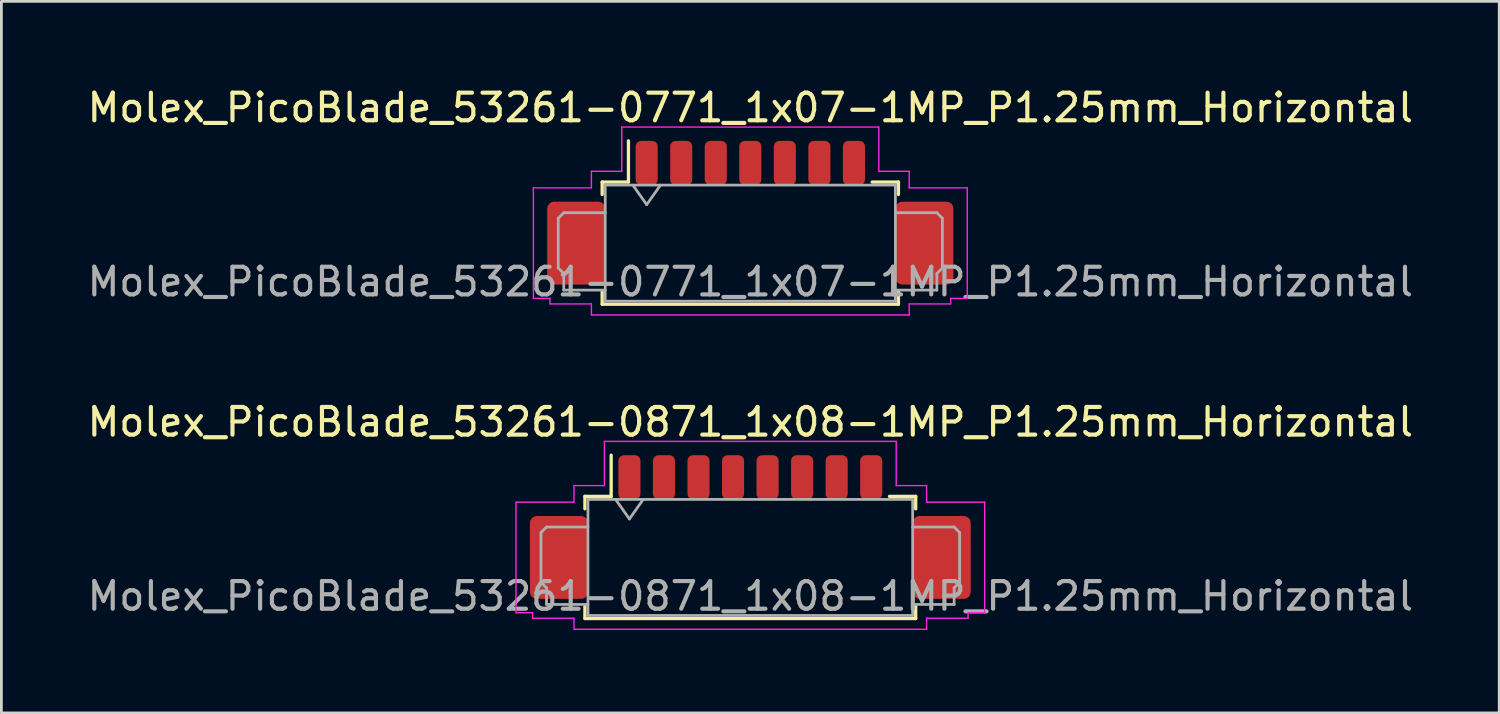
<source format=kicad_pcb>
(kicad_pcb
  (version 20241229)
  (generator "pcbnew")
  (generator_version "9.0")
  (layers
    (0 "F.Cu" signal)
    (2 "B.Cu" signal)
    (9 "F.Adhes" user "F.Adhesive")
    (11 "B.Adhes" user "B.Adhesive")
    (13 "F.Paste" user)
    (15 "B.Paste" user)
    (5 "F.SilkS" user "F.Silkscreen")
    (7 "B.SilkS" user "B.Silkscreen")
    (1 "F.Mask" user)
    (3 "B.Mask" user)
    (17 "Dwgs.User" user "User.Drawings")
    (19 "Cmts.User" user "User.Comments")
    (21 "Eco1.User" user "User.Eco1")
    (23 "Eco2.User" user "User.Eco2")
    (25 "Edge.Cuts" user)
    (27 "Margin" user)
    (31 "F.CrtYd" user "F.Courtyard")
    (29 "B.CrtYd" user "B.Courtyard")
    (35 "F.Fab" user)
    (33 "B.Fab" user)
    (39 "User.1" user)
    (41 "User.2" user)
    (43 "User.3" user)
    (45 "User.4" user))
  (footprint "Molex_PicoBlade_53261-0871_1x08-1MP_P1.25mm_Horizontal"
    (layer "F.Cu")
    (at 24.101 16.622)
    (property "Reference" "Molex_PicoBlade_53261-0871_1x08-1MP_P1.25mm_Horizontal" (at 0 -4.4 0) (layer "F.SilkS") (effects (font (size 1 1) (thickness 0.15))))
    (attr smd)
    (fp_line (start -5.985 -1.71) (end -5.035 -1.71) (stroke (width 0.12) (type solid)) (layer "F.SilkS"))
    (fp_line (start -5.985 -1.26) (end -5.985 -1.71) (stroke (width 0.12) (type solid)) (layer "F.SilkS"))
    (fp_line (start -5.985 2.26) (end -5.985 2.71) (stroke (width 0.12) (type solid)) (layer "F.SilkS"))
    (fp_line (start -5.985 2.71) (end 5.985 2.71) (stroke (width 0.12) (type solid)) (layer "F.SilkS"))
    (fp_line (start -5.035 -1.71) (end -5.035 -3.2) (stroke (width 0.12) (type solid)) (layer "F.SilkS"))
    (fp_line (start 5.985 -1.71) (end 5.035 -1.71) (stroke (width 0.12) (type solid)) (layer "F.SilkS"))
    (fp_line (start 5.985 -1.26) (end 5.985 -1.71) (stroke (width 0.12) (type solid)) (layer "F.SilkS"))
    (fp_line (start 5.985 2.71) (end 5.985 2.26) (stroke (width 0.12) (type solid)) (layer "F.SilkS"))
    (fp_line (start -8.48 -1.5) (end -6.38 -1.5) (stroke (width 0.05) (type solid)) (layer "F.CrtYd"))
    (fp_line (start -8.48 2.5) (end -8.48 -1.5) (stroke (width 0.05) (type solid)) (layer "F.CrtYd"))
    (fp_line (start -7.88 2.5) (end -8.48 2.5) (stroke (width 0.05) (type solid)) (layer "F.CrtYd"))
    (fp_line (start -7.88 2.7) (end -7.88 2.5) (stroke (width 0.05) (type solid)) (layer "F.CrtYd"))
    (fp_line (start -6.38 -2.1) (end -5.28 -2.1) (stroke (width 0.05) (type solid)) (layer "F.CrtYd"))
    (fp_line (start -6.38 -1.5) (end -6.38 -2.1) (stroke (width 0.05) (type solid)) (layer "F.CrtYd"))
    (fp_line (start -6.38 2.7) (end -7.88 2.7) (stroke (width 0.05) (type solid)) (layer "F.CrtYd"))
    (fp_line (start -6.38 3.1) (end -6.38 2.7) (stroke (width 0.05) (type solid)) (layer "F.CrtYd"))
    (fp_line (start -5.28 -3.7) (end 5.28 -3.7) (stroke (width 0.05) (type solid)) (layer "F.CrtYd"))
    (fp_line (start -5.28 -2.1) (end -5.28 -3.7) (stroke (width 0.05) (type solid)) (layer "F.CrtYd"))
    (fp_line (start 5.28 -3.7) (end 5.28 -2.1) (stroke (width 0.05) (type solid)) (layer "F.CrtYd"))
    (fp_line (start 5.28 -2.1) (end 6.38 -2.1) (stroke (width 0.05) (type solid)) (layer "F.CrtYd"))
    (fp_line (start 6.38 -2.1) (end 6.38 -1.5) (stroke (width 0.05) (type solid)) (layer "F.CrtYd"))
    (fp_line (start 6.38 -1.5) (end 8.48 -1.5) (stroke (width 0.05) (type solid)) (layer "F.CrtYd"))
    (fp_line (start 6.38 2.7) (end 6.38 3.1) (stroke (width 0.05) (type solid)) (layer "F.CrtYd"))
    (fp_line (start 6.38 3.1) (end -6.38 3.1) (stroke (width 0.05) (type solid)) (layer "F.CrtYd"))
    (fp_line (start 7.88 2.5) (end 7.88 2.7) (stroke (width 0.05) (type solid)) (layer "F.CrtYd"))
    (fp_line (start 7.88 2.7) (end 6.38 2.7) (stroke (width 0.05) (type solid)) (layer "F.CrtYd"))
    (fp_line (start 8.48 -1.5) (end 8.48 2.5) (stroke (width 0.05) (type solid)) (layer "F.CrtYd"))
    (fp_line (start 8.48 2.5) (end 7.88 2.5) (stroke (width 0.05) (type solid)) (layer "F.CrtYd"))
    (fp_line (start -7.575 -0.4) (end -7.575 1.4) (stroke (width 0.1) (type solid)) (layer "F.Fab"))
    (fp_line (start -7.575 1.4) (end -7.375 1.6) (stroke (width 0.1) (type solid)) (layer "F.Fab"))
    (fp_line (start -7.375 -0.6) (end -7.575 -0.4) (stroke (width 0.1) (type solid)) (layer "F.Fab"))
    (fp_line (start -7.375 1.6) (end -7.375 2.2) (stroke (width 0.1) (type solid)) (layer "F.Fab"))
    (fp_line (start -7.375 2.2) (end -5.875 2.2) (stroke (width 0.1) (type solid)) (layer "F.Fab"))
    (fp_line (start -5.875 -1.6) (end -5.875 2.6) (stroke (width 0.1) (type solid)) (layer "F.Fab"))
    (fp_line (start -5.875 -1.6) (end 5.875 -1.6) (stroke (width 0.1) (type solid)) (layer "F.Fab"))
    (fp_line (start -5.875 -0.6) (end -7.375 -0.6) (stroke (width 0.1) (type solid)) (layer "F.Fab"))
    (fp_line (start -5.875 2.6) (end 5.875 2.6) (stroke (width 0.1) (type solid)) (layer "F.Fab"))
    (fp_line (start -4.875 -1.6) (end -4.375 -0.893) (stroke (width 0.1) (type solid)) (layer "F.Fab"))
    (fp_line (start -4.375 -0.893) (end -3.875 -1.6) (stroke (width 0.1) (type solid)) (layer "F.Fab"))
    (fp_line (start 5.875 -1.6) (end 5.875 2.6) (stroke (width 0.1) (type solid)) (layer "F.Fab"))
    (fp_line (start 5.875 -0.6) (end 7.375 -0.6) (stroke (width 0.1) (type solid)) (layer "F.Fab"))
    (fp_line (start 7.375 -0.6) (end 7.575 -0.4) (stroke (width 0.1) (type solid)) (layer "F.Fab"))
    (fp_line (start 7.375 1.6) (end 7.375 2.2) (stroke (width 0.1) (type solid)) (layer "F.Fab"))
    (fp_line (start 7.375 2.2) (end 5.875 2.2) (stroke (width 0.1) (type solid)) (layer "F.Fab"))
    (fp_line (start 7.575 -0.4) (end 7.575 1.4) (stroke (width 0.1) (type solid)) (layer "F.Fab"))
    (fp_line (start 7.575 1.4) (end 7.375 1.6) (stroke (width 0.1) (type solid)) (layer "F.Fab"))
    (fp_text user "${REFERENCE}" (at 0 1.9 0) (layer "F.Fab") (effects (font (size 1 1) (thickness 0.15))))
    (pad "1" smd roundrect (at -4.375 -2.4) (size 0.8 1.6) (layers "F.Cu" "F.Mask" "F.Paste") (roundrect_rratio 0.25))
    (pad "2" smd roundrect (at -3.125 -2.4) (size 0.8 1.6) (layers "F.Cu" "F.Mask" "F.Paste") (roundrect_rratio 0.25))
    (pad "3" smd roundrect (at -1.875 -2.4) (size 0.8 1.6) (layers "F.Cu" "F.Mask" "F.Paste") (roundrect_rratio 0.25))
    (pad "4" smd roundrect (at -0.625 -2.4) (size 0.8 1.6) (layers "F.Cu" "F.Mask" "F.Paste") (roundrect_rratio 0.25))
    (pad "5" smd roundrect (at 0.625 -2.4) (size 0.8 1.6) (layers "F.Cu" "F.Mask" "F.Paste") (roundrect_rratio 0.25))
    (pad "6" smd roundrect (at 1.875 -2.4) (size 0.8 1.6) (layers "F.Cu" "F.Mask" "F.Paste") (roundrect_rratio 0.25))
    (pad "7" smd roundrect (at 3.125 -2.4) (size 0.8 1.6) (layers "F.Cu" "F.Mask" "F.Paste") (roundrect_rratio 0.25))
    (pad "8" smd roundrect (at 4.375 -2.4) (size 0.8 1.6) (layers "F.Cu" "F.Mask" "F.Paste") (roundrect_rratio 0.25))
    (pad "MP" smd roundrect (at -6.925 0.5) (size 2.1 3) (layers "F.Cu" "F.Mask" "F.Paste") (roundrect_rratio 0.119))
    (pad "MP" smd roundrect (at 6.925 0.5) (size 2.1 3) (layers "F.Cu" "F.Mask" "F.Paste") (roundrect_rratio 0.119)))
  (footprint "Molex_PicoBlade_53261-0771_1x07-1MP_P1.25mm_Horizontal"
    (layer "F.Cu")
    (at 24.101 5.248)
    (property "Reference" "Molex_PicoBlade_53261-0771_1x07-1MP_P1.25mm_Horizontal" (at 0 -4.4 0) (layer "F.SilkS") (effects (font (size 1 1) (thickness 0.15))))
    (attr smd)
    (fp_line (start -5.36 -1.71) (end -4.41 -1.71) (stroke (width 0.12) (type solid)) (layer "F.SilkS"))
    (fp_line (start -5.36 -1.26) (end -5.36 -1.71) (stroke (width 0.12) (type solid)) (layer "F.SilkS"))
    (fp_line (start -5.36 2.26) (end -5.36 2.71) (stroke (width 0.12) (type solid)) (layer "F.SilkS"))
    (fp_line (start -5.36 2.71) (end 5.36 2.71) (stroke (width 0.12) (type solid)) (layer "F.SilkS"))
    (fp_line (start -4.41 -1.71) (end -4.41 -3.2) (stroke (width 0.12) (type solid)) (layer "F.SilkS"))
    (fp_line (start 5.36 -1.71) (end 4.41 -1.71) (stroke (width 0.12) (type solid)) (layer "F.SilkS"))
    (fp_line (start 5.36 -1.26) (end 5.36 -1.71) (stroke (width 0.12) (type solid)) (layer "F.SilkS"))
    (fp_line (start 5.36 2.71) (end 5.36 2.26) (stroke (width 0.12) (type solid)) (layer "F.SilkS"))
    (fp_line (start -7.85 -1.5) (end -5.75 -1.5) (stroke (width 0.05) (type solid)) (layer "F.CrtYd"))
    (fp_line (start -7.85 2.5) (end -7.85 -1.5) (stroke (width 0.05) (type solid)) (layer "F.CrtYd"))
    (fp_line (start -7.25 2.5) (end -7.85 2.5) (stroke (width 0.05) (type solid)) (layer "F.CrtYd"))
    (fp_line (start -7.25 2.7) (end -7.25 2.5) (stroke (width 0.05) (type solid)) (layer "F.CrtYd"))
    (fp_line (start -5.75 -2.1) (end -4.65 -2.1) (stroke (width 0.05) (type solid)) (layer "F.CrtYd"))
    (fp_line (start -5.75 -1.5) (end -5.75 -2.1) (stroke (width 0.05) (type solid)) (layer "F.CrtYd"))
    (fp_line (start -5.75 2.7) (end -7.25 2.7) (stroke (width 0.05) (type solid)) (layer "F.CrtYd"))
    (fp_line (start -5.75 3.1) (end -5.75 2.7) (stroke (width 0.05) (type solid)) (layer "F.CrtYd"))
    (fp_line (start -4.65 -3.7) (end 4.65 -3.7) (stroke (width 0.05) (type solid)) (layer "F.CrtYd"))
    (fp_line (start -4.65 -2.1) (end -4.65 -3.7) (stroke (width 0.05) (type solid)) (layer "F.CrtYd"))
    (fp_line (start 4.65 -3.7) (end 4.65 -2.1) (stroke (width 0.05) (type solid)) (layer "F.CrtYd"))
    (fp_line (start 4.65 -2.1) (end 5.75 -2.1) (stroke (width 0.05) (type solid)) (layer "F.CrtYd"))
    (fp_line (start 5.75 -2.1) (end 5.75 -1.5) (stroke (width 0.05) (type solid)) (layer "F.CrtYd"))
    (fp_line (start 5.75 -1.5) (end 7.85 -1.5) (stroke (width 0.05) (type solid)) (layer "F.CrtYd"))
    (fp_line (start 5.75 2.7) (end 5.75 3.1) (stroke (width 0.05) (type solid)) (layer "F.CrtYd"))
    (fp_line (start 5.75 3.1) (end -5.75 3.1) (stroke (width 0.05) (type solid)) (layer "F.CrtYd"))
    (fp_line (start 7.25 2.5) (end 7.25 2.7) (stroke (width 0.05) (type solid)) (layer "F.CrtYd"))
    (fp_line (start 7.25 2.7) (end 5.75 2.7) (stroke (width 0.05) (type solid)) (layer "F.CrtYd"))
    (fp_line (start 7.85 -1.5) (end 7.85 2.5) (stroke (width 0.05) (type solid)) (layer "F.CrtYd"))
    (fp_line (start 7.85 2.5) (end 7.25 2.5) (stroke (width 0.05) (type solid)) (layer "F.CrtYd"))
    (fp_line (start -6.95 -0.4) (end -6.95 1.4) (stroke (width 0.1) (type solid)) (layer "F.Fab"))
    (fp_line (start -6.95 1.4) (end -6.75 1.6) (stroke (width 0.1) (type solid)) (layer "F.Fab"))
    (fp_line (start -6.75 -0.6) (end -6.95 -0.4) (stroke (width 0.1) (type solid)) (layer "F.Fab"))
    (fp_line (start -6.75 1.6) (end -6.75 2.2) (stroke (width 0.1) (type solid)) (layer "F.Fab"))
    (fp_line (start -6.75 2.2) (end -5.25 2.2) (stroke (width 0.1) (type solid)) (layer "F.Fab"))
    (fp_line (start -5.25 -1.6) (end -5.25 2.6) (stroke (width 0.1) (type solid)) (layer "F.Fab"))
    (fp_line (start -5.25 -1.6) (end 5.25 -1.6) (stroke (width 0.1) (type solid)) (layer "F.Fab"))
    (fp_line (start -5.25 -0.6) (end -6.75 -0.6) (stroke (width 0.1) (type solid)) (layer "F.Fab"))
    (fp_line (start -5.25 2.6) (end 5.25 2.6) (stroke (width 0.1) (type solid)) (layer "F.Fab"))
    (fp_line (start -4.25 -1.6) (end -3.75 -0.893) (stroke (width 0.1) (type solid)) (layer "F.Fab"))
    (fp_line (start -3.75 -0.893) (end -3.25 -1.6) (stroke (width 0.1) (type solid)) (layer "F.Fab"))
    (fp_line (start 5.25 -1.6) (end 5.25 2.6) (stroke (width 0.1) (type solid)) (layer "F.Fab"))
    (fp_line (start 5.25 -0.6) (end 6.75 -0.6) (stroke (width 0.1) (type solid)) (layer "F.Fab"))
    (fp_line (start 6.75 -0.6) (end 6.95 -0.4) (stroke (width 0.1) (type solid)) (layer "F.Fab"))
    (fp_line (start 6.75 1.6) (end 6.75 2.2) (stroke (width 0.1) (type solid)) (layer "F.Fab"))
    (fp_line (start 6.75 2.2) (end 5.25 2.2) (stroke (width 0.1) (type solid)) (layer "F.Fab"))
    (fp_line (start 6.95 -0.4) (end 6.95 1.4) (stroke (width 0.1) (type solid)) (layer "F.Fab"))
    (fp_line (start 6.95 1.4) (end 6.75 1.6) (stroke (width 0.1) (type solid)) (layer "F.Fab"))
    (fp_text user "${REFERENCE}" (at 0 1.9 0) (layer "F.Fab") (effects (font (size 1 1) (thickness 0.15))))
    (pad "1" smd roundrect (at -3.75 -2.4) (size 0.8 1.6) (layers "F.Cu" "F.Mask" "F.Paste") (roundrect_rratio 0.25))
    (pad "2" smd roundrect (at -2.5 -2.4) (size 0.8 1.6) (layers "F.Cu" "F.Mask" "F.Paste") (roundrect_rratio 0.25))
    (pad "3" smd roundrect (at -1.25 -2.4) (size 0.8 1.6) (layers "F.Cu" "F.Mask" "F.Paste") (roundrect_rratio 0.25))
    (pad "4" smd roundrect (at 0 -2.4) (size 0.8 1.6) (layers "F.Cu" "F.Mask" "F.Paste") (roundrect_rratio 0.25))
    (pad "5" smd roundrect (at 1.25 -2.4) (size 0.8 1.6) (layers "F.Cu" "F.Mask" "F.Paste") (roundrect_rratio 0.25))
    (pad "6" smd roundrect (at 2.5 -2.4) (size 0.8 1.6) (layers "F.Cu" "F.Mask" "F.Paste") (roundrect_rratio 0.25))
    (pad "7" smd roundrect (at 3.75 -2.4) (size 0.8 1.6) (layers "F.Cu" "F.Mask" "F.Paste") (roundrect_rratio 0.25))
    (pad "MP" smd roundrect (at -6.3 0.5) (size 2.1 3) (layers "F.Cu" "F.Mask" "F.Paste") (roundrect_rratio 0.119))
    (pad "MP" smd roundrect (at 6.3 0.5) (size 2.1 3) (layers "F.Cu" "F.Mask" "F.Paste") (roundrect_rratio 0.119)))
  (gr_rect
    (start -3 -3)
    (end 51.202 22.747)
    (stroke (width 0.1) (type default))
    (fill no)
    (layer "Edge.Cuts")))
</source>
